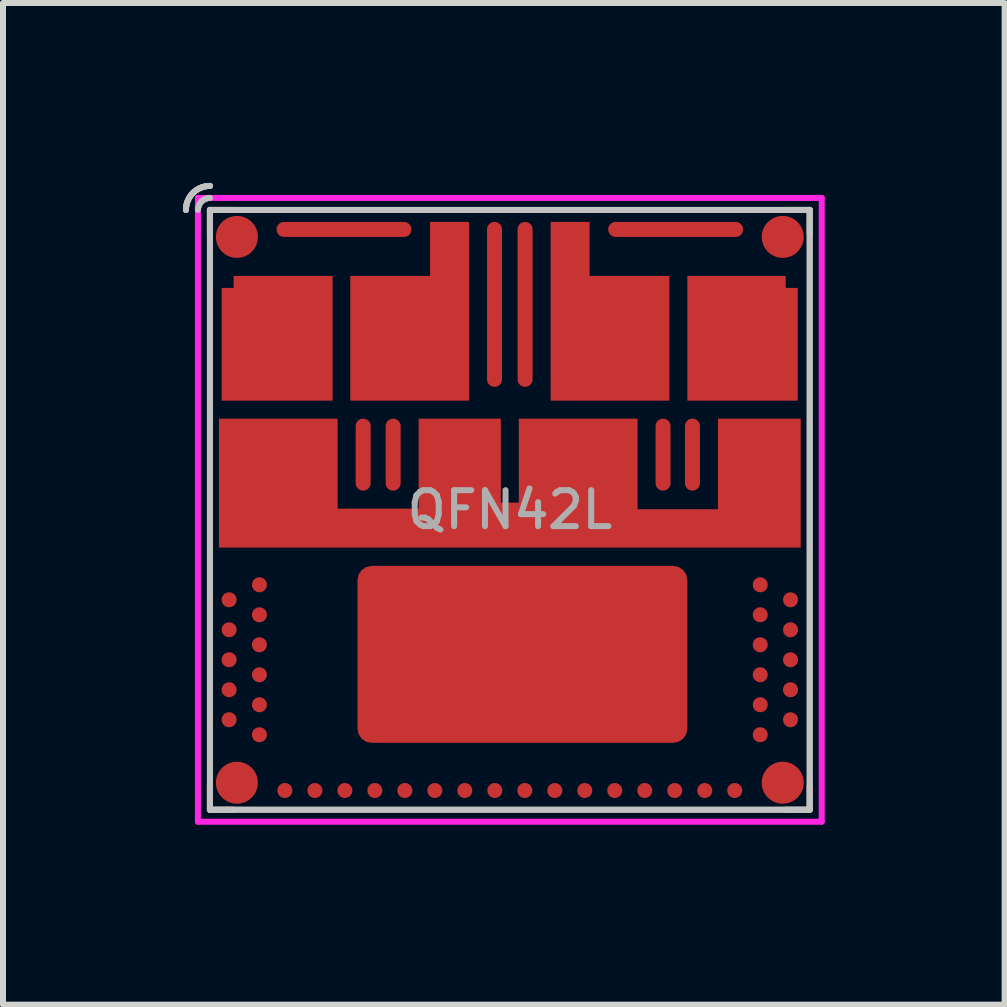
<source format=kicad_pcb>
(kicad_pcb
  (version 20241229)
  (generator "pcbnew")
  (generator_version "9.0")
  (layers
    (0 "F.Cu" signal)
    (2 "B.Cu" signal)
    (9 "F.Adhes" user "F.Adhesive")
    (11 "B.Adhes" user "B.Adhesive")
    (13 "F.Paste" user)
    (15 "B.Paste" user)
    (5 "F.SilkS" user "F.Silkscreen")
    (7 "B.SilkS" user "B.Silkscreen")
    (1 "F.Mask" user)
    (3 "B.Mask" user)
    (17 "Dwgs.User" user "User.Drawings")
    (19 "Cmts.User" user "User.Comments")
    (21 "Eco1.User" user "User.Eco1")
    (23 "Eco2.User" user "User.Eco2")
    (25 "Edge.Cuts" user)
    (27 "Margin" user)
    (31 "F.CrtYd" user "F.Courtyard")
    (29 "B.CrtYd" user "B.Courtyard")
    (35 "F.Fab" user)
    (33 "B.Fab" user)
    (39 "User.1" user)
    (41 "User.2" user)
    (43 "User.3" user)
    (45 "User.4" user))
  (footprint "QFN42L"
    (layer "F.Cu")
    (at 5.45 5.45)
    (property "Reference" "QFN42L" (at 0 0 0) (layer "F.Fab") (effects (font (size 0.6 0.6) (thickness 0.1))))
    (attr through_hole)
    (fp_line (start -5 -5) (end -4.6 -5) (stroke (width 0.1) (type solid)) (layer "F.SilkS"))
    (fp_line (start -5 -4.6) (end -5 -5) (stroke (width 0.1) (type solid)) (layer "F.SilkS"))
    (fp_line (start -5 5) (end -5 4.6) (stroke (width 0.1) (type solid)) (layer "F.SilkS"))
    (fp_line (start -5 5) (end -4.7 5) (stroke (width 0.1) (type solid)) (layer "F.SilkS"))
    (fp_line (start -4.7 5) (end -4.6 5) (stroke (width 0.1) (type solid)) (layer "F.SilkS"))
    (fp_line (start 5 -5) (end 4.6 -5) (stroke (width 0.1) (type solid)) (layer "F.SilkS"))
    (fp_line (start 5 -5) (end 5 -4.6) (stroke (width 0.1) (type solid)) (layer "F.SilkS"))
    (fp_line (start 5 5) (end 4.6 5) (stroke (width 0.1) (type solid)) (layer "F.SilkS"))
    (fp_line (start 5 5) (end 5 4.6) (stroke (width 0.1) (type solid)) (layer "F.SilkS"))
    (fp_arc (start -5.4 -5) (mid -5.282843 -5.282843) (end -5 -5.4) (stroke (width 0.1) (type solid)) (layer "F.SilkS"))
    (fp_arc (start -5.2 -5) (mid -5.141421 -5.141421) (end -5 -5.2) (stroke (width 0.1) (type solid)) (layer "F.SilkS"))
    (fp_line (start -5 -5) (end 5 -5) (stroke (width 0.1) (type solid)) (layer "Dwgs.User"))
    (fp_line (start -5 5) (end -5 -5) (stroke (width 0.1) (type solid)) (layer "Dwgs.User"))
    (fp_line (start 5 -5) (end 5 5) (stroke (width 0.1) (type solid)) (layer "Dwgs.User"))
    (fp_line (start 5 5) (end -5 5) (stroke (width 0.1) (type solid)) (layer "Dwgs.User"))
    (fp_arc (start -5.4 -5) (mid -5.282843 -5.282843) (end -5 -5.4) (stroke (width 0.1) (type solid)) (layer "Dwgs.User"))
    (fp_arc (start -5.2 -5) (mid -5.141421 -5.141421) (end -5 -5.2) (stroke (width 0.1) (type solid)) (layer "Dwgs.User"))
    (fp_line (start -5.2 -5.2) (end -5.2 5.2) (stroke (width 0.1) (type solid)) (layer "F.CrtYd"))
    (fp_line (start -5.2 5.2) (end 5.2 5.2) (stroke (width 0.1) (type solid)) (layer "F.CrtYd"))
    (fp_line (start 5.2 -5.2) (end -5.2 -5.2) (stroke (width 0.1) (type solid)) (layer "F.CrtYd"))
    (fp_line (start 5.2 5.2) (end 5.2 -5.2) (stroke (width 0.1) (type solid)) (layer "F.CrtYd"))
    (fp_line (start -5 -5) (end -5 5) (stroke (width 0.1) (type solid)) (layer "F.Fab"))
    (fp_line (start -5 5) (end 5 5) (stroke (width 0.1) (type solid)) (layer "F.Fab"))
    (fp_line (start 5 -5) (end -5 -5) (stroke (width 0.1) (type solid)) (layer "F.Fab"))
    (fp_line (start 5 5) (end 5 -5) (stroke (width 0.1) (type solid)) (layer "F.Fab"))
    (fp_arc (start -5.4 -5) (mid -5.282843 -5.282843) (end -5 -5.4) (stroke (width 0.1) (type solid)) (layer "F.Fab"))
    (fp_arc (start -5.2 -5) (mid -5.141421 -5.141421) (end -5 -5.2) (stroke (width 0.1) (type solid)) (layer "F.Fab"))
    (pad "1" smd circle (at -4.175 1.25) (size 0.25 0.25) (layers "F.Cu" "F.Mask" "F.Paste"))
    (pad "2" smd circle (at -4.68 1.5) (size 0.25 0.25) (layers "F.Cu" "F.Mask" "F.Paste"))
    (pad "3" smd circle (at -4.175 1.75) (size 0.25 0.25) (layers "F.Cu" "F.Mask" "F.Paste"))
    (pad "4" smd circle (at -4.68 2) (size 0.25 0.25) (layers "F.Cu" "F.Mask" "F.Paste"))
    (pad "5" smd circle (at -4.175 2.25) (size 0.25 0.25) (layers "F.Cu" "F.Mask" "F.Paste"))
    (pad "6" smd circle (at -4.68 2.5) (size 0.25 0.25) (layers "F.Cu" "F.Mask" "F.Paste"))
    (pad "7" smd circle (at -4.175 2.75) (size 0.25 0.25) (layers "F.Cu" "F.Mask" "F.Paste"))
    (pad "8" smd circle (at -4.68 3) (size 0.25 0.25) (layers "F.Cu" "F.Mask" "F.Paste"))
    (pad "9" smd circle (at -4.175 3.25) (size 0.25 0.25) (layers "F.Cu" "F.Mask" "F.Paste"))
    (pad "10" smd circle (at -4.68 3.5) (size 0.25 0.25) (layers "F.Cu" "F.Mask" "F.Paste"))
    (pad "11" smd circle (at -4.175 3.75) (size 0.25 0.25) (layers "F.Cu" "F.Mask" "F.Paste"))
    (pad "12" smd circle (at -3.75 4.68) (size 0.25 0.25) (layers "F.Cu" "F.Mask" "F.Paste"))
    (pad "13" smd circle (at -3.25 4.68) (size 0.25 0.25) (layers "F.Cu" "F.Mask" "F.Paste"))
    (pad "14" smd circle (at -2.75 4.68) (size 0.25 0.25) (layers "F.Cu" "F.Mask" "F.Paste"))
    (pad "15" smd circle (at -2.25 4.68) (size 0.25 0.25) (layers "F.Cu" "F.Mask" "F.Paste"))
    (pad "16" smd circle (at -1.75 4.68) (size 0.25 0.25) (layers "F.Cu" "F.Mask" "F.Paste"))
    (pad "17" smd circle (at -1.25 4.68) (size 0.25 0.25) (layers "F.Cu" "F.Mask" "F.Paste"))
    (pad "18" smd circle (at -0.75 4.68) (size 0.25 0.25) (layers "F.Cu" "F.Mask" "F.Paste"))
    (pad "19" smd circle (at -0.25 4.68) (size 0.25 0.25) (layers "F.Cu" "F.Mask" "F.Paste"))
    (pad "20" smd circle (at 0.25 4.68) (size 0.25 0.25) (layers "F.Cu" "F.Mask" "F.Paste"))
    (pad "21" smd circle (at 0.75 4.68) (size 0.25 0.25) (layers "F.Cu" "F.Mask" "F.Paste"))
    (pad "22" smd circle (at 1.25 4.68) (size 0.25 0.25) (layers "F.Cu" "F.Mask" "F.Paste"))
    (pad "23" smd circle (at 1.75 4.68) (size 0.25 0.25) (layers "F.Cu" "F.Mask" "F.Paste"))
    (pad "24" smd circle (at 2.25 4.68) (size 0.25 0.25) (layers "F.Cu" "F.Mask" "F.Paste"))
    (pad "25" smd circle (at 2.75 4.68) (size 0.25 0.25) (layers "F.Cu" "F.Mask" "F.Paste"))
    (pad "26" smd circle (at 3.25 4.68) (size 0.25 0.25) (layers "F.Cu" "F.Mask" "F.Paste"))
    (pad "27" smd circle (at 3.75 4.68) (size 0.25 0.25) (layers "F.Cu" "F.Mask" "F.Paste"))
    (pad "28" smd circle (at 4.175 3.75) (size 0.25 0.25) (layers "F.Cu" "F.Mask" "F.Paste"))
    (pad "29" smd circle (at 4.68 3.5) (size 0.25 0.25) (layers "F.Cu" "F.Mask" "F.Paste"))
    (pad "30" smd circle (at 4.175 3.25) (size 0.25 0.25) (layers "F.Cu" "F.Mask" "F.Paste"))
    (pad "31" smd circle (at 4.68 3) (size 0.25 0.25) (layers "F.Cu" "F.Mask" "F.Paste"))
    (pad "32" smd circle (at 4.175 2.75) (size 0.25 0.25) (layers "F.Cu" "F.Mask" "F.Paste"))
    (pad "33" smd circle (at 4.68 2.5) (size 0.25 0.25) (layers "F.Cu" "F.Mask" "F.Paste"))
    (pad "34" smd circle (at 4.175 2.25) (size 0.25 0.25) (layers "F.Cu" "F.Mask" "F.Paste"))
    (pad "35" smd circle (at 4.68 2) (size 0.25 0.25) (layers "F.Cu" "F.Mask" "F.Paste"))
    (pad "36" smd circle (at 4.175 1.75) (size 0.25 0.25) (layers "F.Cu" "F.Mask" "F.Paste"))
    (pad "37" smd circle (at 4.68 1.5) (size 0.25 0.25) (layers "F.Cu" "F.Mask" "F.Paste"))
    (pad "38" smd circle (at 4.175 1.25) (size 0.25 0.25) (layers "F.Cu" "F.Mask" "F.Paste"))
    (pad "CA1" smd oval (at 0.255 -3.425) (size 0.25 2.75) (layers "F.Cu" "F.Mask" "F.Paste"))
    (pad "CB2" smd oval (at -0.255 -3.425) (size 0.25 2.75) (layers "F.Cu" "F.Mask" "F.Paste"))
    (pad "DNC1" smd oval (at -2.445 -0.92) (size 0.25 1.2) (layers "F.Cu" "F.Mask" "F.Paste"))
    (pad "DNC2" smd oval (at -1.945 -0.92) (size 0.25 1.2) (layers "F.Cu" "F.Mask" "F.Paste"))
    (pad "DNC3" smd oval (at 2.555 -0.92) (size 0.25 1.2) (layers "F.Cu" "F.Mask" "F.Paste"))
    (pad "DNC4" smd oval (at 3.045 -0.92) (size 0.25 1.2) (layers "F.Cu" "F.Mask" "F.Paste"))
    (pad "GNDPAD" smd roundrect (at 0.21 2.41) (size 5.5 2.95) (layers "F.Cu" "F.Mask" "F.Paste") (roundrect_rratio 0.08))
    (pad "OA1" smd custom (at 1.67 -3.31) (size 0.7 0.7) (layers "F.Cu" "F.Mask" "F.Paste") (options (anchor circle)) (primitives (gr_poly (pts (xy -0.99 1.49) (xy 0.99 1.49) (xy 0.99 -0.59) (xy -0.34 -0.59) (xy -0.34 -1.49) (xy -0.99 -1.49)) (width 0) (fill yes))))
    (pad "OA2" smd custom (at 3.88 -2.86) (size 0.7 0.7) (layers "F.Cu" "F.Mask" "F.Paste") (options (anchor circle)) (primitives (gr_poly (pts (xy -0.92 1.04) (xy 0.92 1.04) (xy 0.92 -0.84) (xy 0.72 -0.84) (xy 0.72 -1.04) (xy -0.92 -1.04)) (width 0) (fill yes))))
    (pad "OB1" smd custom (at -3.88 -2.86) (size 0.7 0.7) (layers "F.Cu" "F.Mask" "F.Paste") (options (anchor circle)) (primitives (gr_poly (pts (xy -0.925 1.04) (xy 0.925 1.04) (xy 0.925 -1.04) (xy -0.725 -1.04) (xy -0.725 -0.84) (xy -0.925 -0.84)) (width 0) (fill yes))))
    (pad "OB2" smd custom (at -1.67 -3.31) (size 0.7 0.7) (layers "F.Cu" "F.Mask" "F.Paste") (options (anchor circle)) (primitives (gr_poly (pts (xy -0.99 1.49) (xy 0.99 1.49) (xy 0.99 -1.49) (xy 0.34 -1.49) (xy 0.34 -0.59) (xy -0.99 -0.59)) (width 0) (fill yes))))
    (pad "RSA" smd oval (at 2.765 -4.675 90) (size 0.25 2.25) (layers "F.Cu" "F.Mask" "F.Paste"))
    (pad "RSB" smd oval (at -2.765 -4.675 90) (size 0.25 2.25) (layers "F.Cu" "F.Mask" "F.Paste"))
    (pad "VM" smd custom (at 0 0.28) (size 0.7 0.7) (layers "F.Cu" "F.Mask" "F.Paste") (options (anchor circle)) (primitives (gr_poly (pts (xy -4.85 0.35) (xy 4.85 0.35) (xy 4.85 -1.8) (xy 3.47 -1.8) (xy 3.47 -0.29) (xy 2.13 -0.29) (xy 2.13 -1.8) (xy 0.15 -1.8) (xy 0.15 -0.4) (xy -0.15 -0.4) (xy -0.15 -1.8) (xy -1.52 -1.8) (xy -1.52 -0.3) (xy -2.87 -0.3) (xy -2.87 -1.8) (xy -4.85 -1.8)) (width 0) (fill yes))))
    (pad "×" smd circle (at -4.55 -4.55) (size 0.7 0.7) (layers "F.Cu" "F.Mask" "F.Paste"))
    (pad "×" smd circle (at -4.55 4.55) (size 0.7 0.7) (layers "F.Cu" "F.Mask" "F.Paste"))
    (pad "×" smd circle (at 4.55 -4.55) (size 0.7 0.7) (layers "F.Cu" "F.Mask" "F.Paste"))
    (pad "×" smd circle (at 4.55 4.55) (size 0.7 0.7) (layers "F.Cu" "F.Mask" "F.Paste")))
  (gr_rect
    (start -3 -3)
    (end 13.7 13.7)
    (stroke (width 0.1) (type default))
    (fill no)
    (layer "Edge.Cuts")))
</source>
